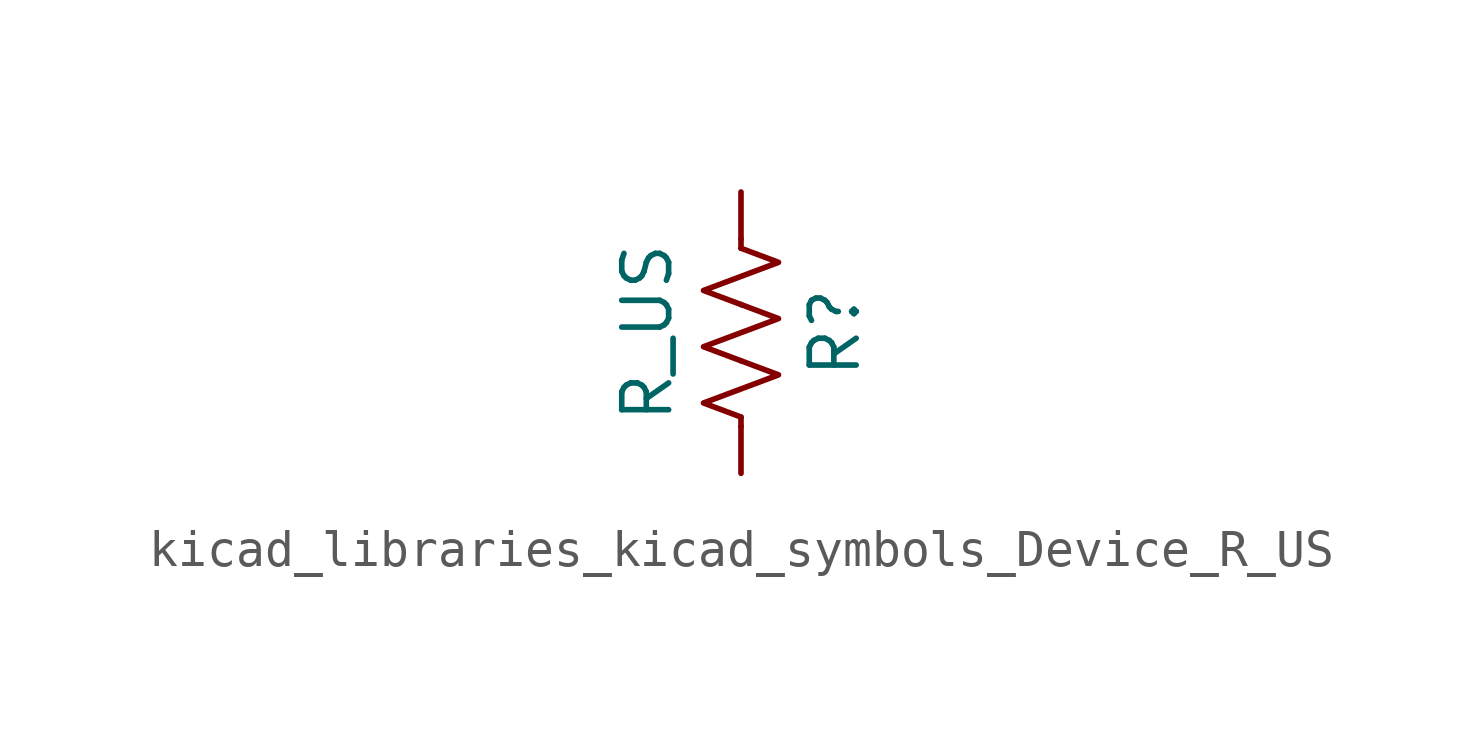
<source format=kicad_sym>
(kicad_symbol_lib
  (version 20220914)
  (generator kicad_symbol_editor)
  (symbol "kicad_libraries_kicad_symbols_Device_R_US"
    (pin_numbers hide)
    (pin_names
      (offset 0))
    (property "Reference" "R"
      (at 2.54 0 90)
      (effects (font (size 1.27 1.27))))
    (property "Value" "R_US"
      (at -2.54 0 90)
      (effects (font (size 1.27 1.27))))
    (symbol "kicad_libraries_kicad_symbols_Device_R_US_0_1"
      (polyline (pts (xy 0 -2.286) (xy 0 -2.54)) (stroke (width 0) (type default)) (fill (type none)))
      (polyline (pts (xy 0 2.286) (xy 0 2.54)) (stroke (width 0) (type default)) (fill (type none)))
      (polyline (pts (xy 0 -0.762) (xy 1.016 -1.143) (xy 0 -1.524) (xy -1.016 -1.905) (xy 0 -2.286)) (stroke (width 0) (type default)) (fill (type none)))
      (polyline (pts (xy 0 0.762) (xy 1.016 0.381) (xy 0 0) (xy -1.016 -0.381) (xy 0 -0.762)) (stroke (width 0) (type default)) (fill (type none)))
      (polyline (pts (xy 0 2.286) (xy 1.016 1.905) (xy 0 1.524) (xy -1.016 1.143) (xy 0 0.762)) (stroke (width 0) (type default)) (fill (type none))))
    (symbol "kicad_libraries_kicad_symbols_Device_R_US_1_1"
      (pin passive line (at 0 3.81 270) (length 1.27) (name "~" (effects (font (size 1.27 1.27)))) (number "1" (effects (font (size 1.27 1.27)))))
      (pin passive line (at 0 -3.81 90) (length 1.27) (name "~" (effects (font (size 1.27 1.27)))) (number "2" (effects (font (size 1.27 1.27))))))))
</source>
